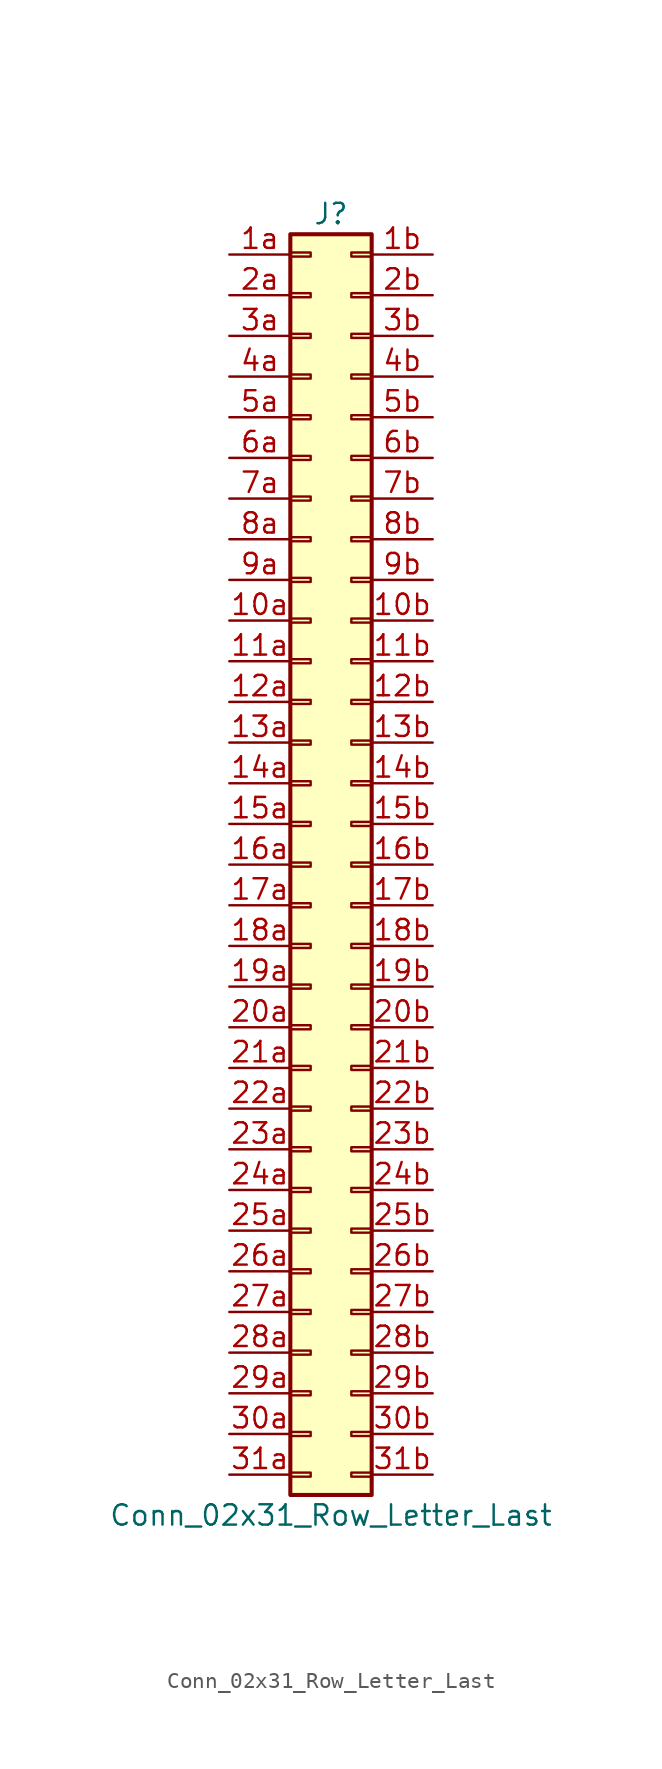
<source format=kicad_sym>
(kicad_symbol_lib
  (version 20211014)
  (generator kicad_symbol_editor)
  (symbol "Conn_02x31_Row_Letter_Last"
    (pin_names
      (offset 1.016) hide)
    (property "Reference" "J"
      (at 1.27 40.64 0)
      (effects (font (size 1.27 1.27))))
    (property "Value" "Conn_02x31_Row_Letter_Last"
      (at 1.27 -40.64 0)
      (effects (font (size 1.27 1.27))))
    (symbol "Conn_02x31_Row_Letter_Last_1_1"
      (rectangle (start -1.27 -37.973) (end 0 -38.227) (stroke (width 0.152) (type default) (color 0 0 0 0)) (fill (type none)))
      (rectangle (start -1.27 -35.433) (end 0 -35.687) (stroke (width 0.152) (type default) (color 0 0 0 0)) (fill (type none)))
      (rectangle (start -1.27 -32.893) (end 0 -33.147) (stroke (width 0.152) (type default) (color 0 0 0 0)) (fill (type none)))
      (rectangle (start -1.27 -30.353) (end 0 -30.607) (stroke (width 0.152) (type default) (color 0 0 0 0)) (fill (type none)))
      (rectangle (start -1.27 -27.813) (end 0 -28.067) (stroke (width 0.152) (type default) (color 0 0 0 0)) (fill (type none)))
      (rectangle (start -1.27 -25.273) (end 0 -25.527) (stroke (width 0.152) (type default) (color 0 0 0 0)) (fill (type none)))
      (rectangle (start -1.27 -22.733) (end 0 -22.987) (stroke (width 0.152) (type default) (color 0 0 0 0)) (fill (type none)))
      (rectangle (start -1.27 -20.193) (end 0 -20.447) (stroke (width 0.152) (type default) (color 0 0 0 0)) (fill (type none)))
      (rectangle (start -1.27 -17.653) (end 0 -17.907) (stroke (width 0.152) (type default) (color 0 0 0 0)) (fill (type none)))
      (rectangle (start -1.27 -15.113) (end 0 -15.367) (stroke (width 0.152) (type default) (color 0 0 0 0)) (fill (type none)))
      (rectangle (start -1.27 -12.573) (end 0 -12.827) (stroke (width 0.152) (type default) (color 0 0 0 0)) (fill (type none)))
      (rectangle (start -1.27 -10.033) (end 0 -10.287) (stroke (width 0.152) (type default) (color 0 0 0 0)) (fill (type none)))
      (rectangle (start -1.27 -7.493) (end 0 -7.747) (stroke (width 0.152) (type default) (color 0 0 0 0)) (fill (type none)))
      (rectangle (start -1.27 -4.953) (end 0 -5.207) (stroke (width 0.152) (type default) (color 0 0 0 0)) (fill (type none)))
      (rectangle (start -1.27 -2.413) (end 0 -2.667) (stroke (width 0.152) (type default) (color 0 0 0 0)) (fill (type none)))
      (rectangle (start -1.27 0.127) (end 0 -0.127) (stroke (width 0.152) (type default) (color 0 0 0 0)) (fill (type none)))
      (rectangle (start -1.27 2.667) (end 0 2.413) (stroke (width 0.152) (type default) (color 0 0 0 0)) (fill (type none)))
      (rectangle (start -1.27 5.207) (end 0 4.953) (stroke (width 0.152) (type default) (color 0 0 0 0)) (fill (type none)))
      (rectangle (start -1.27 7.747) (end 0 7.493) (stroke (width 0.152) (type default) (color 0 0 0 0)) (fill (type none)))
      (rectangle (start -1.27 10.287) (end 0 10.033) (stroke (width 0.152) (type default) (color 0 0 0 0)) (fill (type none)))
      (rectangle (start -1.27 12.827) (end 0 12.573) (stroke (width 0.152) (type default) (color 0 0 0 0)) (fill (type none)))
      (rectangle (start -1.27 15.367) (end 0 15.113) (stroke (width 0.152) (type default) (color 0 0 0 0)) (fill (type none)))
      (rectangle (start -1.27 17.907) (end 0 17.653) (stroke (width 0.152) (type default) (color 0 0 0 0)) (fill (type none)))
      (rectangle (start -1.27 20.447) (end 0 20.193) (stroke (width 0.152) (type default) (color 0 0 0 0)) (fill (type none)))
      (rectangle (start -1.27 22.987) (end 0 22.733) (stroke (width 0.152) (type default) (color 0 0 0 0)) (fill (type none)))
      (rectangle (start -1.27 25.527) (end 0 25.273) (stroke (width 0.152) (type default) (color 0 0 0 0)) (fill (type none)))
      (rectangle (start -1.27 28.067) (end 0 27.813) (stroke (width 0.152) (type default) (color 0 0 0 0)) (fill (type none)))
      (rectangle (start -1.27 30.607) (end 0 30.353) (stroke (width 0.152) (type default) (color 0 0 0 0)) (fill (type none)))
      (rectangle (start -1.27 33.147) (end 0 32.893) (stroke (width 0.152) (type default) (color 0 0 0 0)) (fill (type none)))
      (rectangle (start -1.27 35.687) (end 0 35.433) (stroke (width 0.152) (type default) (color 0 0 0 0)) (fill (type none)))
      (rectangle (start -1.27 38.227) (end 0 37.973) (stroke (width 0.152) (type default) (color 0 0 0 0)) (fill (type none)))
      (rectangle (start -1.27 39.37) (end 3.81 -39.37) (stroke (width 0.254) (type default) (color 0 0 0 0)) (fill (type background)))
      (rectangle (start 3.81 -37.973) (end 2.54 -38.227) (stroke (width 0.152) (type default) (color 0 0 0 0)) (fill (type none)))
      (rectangle (start 3.81 -35.433) (end 2.54 -35.687) (stroke (width 0.152) (type default) (color 0 0 0 0)) (fill (type none)))
      (rectangle (start 3.81 -32.893) (end 2.54 -33.147) (stroke (width 0.152) (type default) (color 0 0 0 0)) (fill (type none)))
      (rectangle (start 3.81 -30.353) (end 2.54 -30.607) (stroke (width 0.152) (type default) (color 0 0 0 0)) (fill (type none)))
      (rectangle (start 3.81 -27.813) (end 2.54 -28.067) (stroke (width 0.152) (type default) (color 0 0 0 0)) (fill (type none)))
      (rectangle (start 3.81 -25.273) (end 2.54 -25.527) (stroke (width 0.152) (type default) (color 0 0 0 0)) (fill (type none)))
      (rectangle (start 3.81 -22.733) (end 2.54 -22.987) (stroke (width 0.152) (type default) (color 0 0 0 0)) (fill (type none)))
      (rectangle (start 3.81 -20.193) (end 2.54 -20.447) (stroke (width 0.152) (type default) (color 0 0 0 0)) (fill (type none)))
      (rectangle (start 3.81 -17.653) (end 2.54 -17.907) (stroke (width 0.152) (type default) (color 0 0 0 0)) (fill (type none)))
      (rectangle (start 3.81 -15.113) (end 2.54 -15.367) (stroke (width 0.152) (type default) (color 0 0 0 0)) (fill (type none)))
      (rectangle (start 3.81 -12.573) (end 2.54 -12.827) (stroke (width 0.152) (type default) (color 0 0 0 0)) (fill (type none)))
      (rectangle (start 3.81 -10.033) (end 2.54 -10.287) (stroke (width 0.152) (type default) (color 0 0 0 0)) (fill (type none)))
      (rectangle (start 3.81 -7.493) (end 2.54 -7.747) (stroke (width 0.152) (type default) (color 0 0 0 0)) (fill (type none)))
      (rectangle (start 3.81 -4.953) (end 2.54 -5.207) (stroke (width 0.152) (type default) (color 0 0 0 0)) (fill (type none)))
      (rectangle (start 3.81 -2.413) (end 2.54 -2.667) (stroke (width 0.152) (type default) (color 0 0 0 0)) (fill (type none)))
      (rectangle (start 3.81 0.127) (end 2.54 -0.127) (stroke (width 0.152) (type default) (color 0 0 0 0)) (fill (type none)))
      (rectangle (start 3.81 2.667) (end 2.54 2.413) (stroke (width 0.152) (type default) (color 0 0 0 0)) (fill (type none)))
      (rectangle (start 3.81 5.207) (end 2.54 4.953) (stroke (width 0.152) (type default) (color 0 0 0 0)) (fill (type none)))
      (rectangle (start 3.81 7.747) (end 2.54 7.493) (stroke (width 0.152) (type default) (color 0 0 0 0)) (fill (type none)))
      (rectangle (start 3.81 10.287) (end 2.54 10.033) (stroke (width 0.152) (type default) (color 0 0 0 0)) (fill (type none)))
      (rectangle (start 3.81 12.827) (end 2.54 12.573) (stroke (width 0.152) (type default) (color 0 0 0 0)) (fill (type none)))
      (rectangle (start 3.81 15.367) (end 2.54 15.113) (stroke (width 0.152) (type default) (color 0 0 0 0)) (fill (type none)))
      (rectangle (start 3.81 17.907) (end 2.54 17.653) (stroke (width 0.152) (type default) (color 0 0 0 0)) (fill (type none)))
      (rectangle (start 3.81 20.447) (end 2.54 20.193) (stroke (width 0.152) (type default) (color 0 0 0 0)) (fill (type none)))
      (rectangle (start 3.81 22.987) (end 2.54 22.733) (stroke (width 0.152) (type default) (color 0 0 0 0)) (fill (type none)))
      (rectangle (start 3.81 25.527) (end 2.54 25.273) (stroke (width 0.152) (type default) (color 0 0 0 0)) (fill (type none)))
      (rectangle (start 3.81 28.067) (end 2.54 27.813) (stroke (width 0.152) (type default) (color 0 0 0 0)) (fill (type none)))
      (rectangle (start 3.81 30.607) (end 2.54 30.353) (stroke (width 0.152) (type default) (color 0 0 0 0)) (fill (type none)))
      (rectangle (start 3.81 33.147) (end 2.54 32.893) (stroke (width 0.152) (type default) (color 0 0 0 0)) (fill (type none)))
      (rectangle (start 3.81 35.687) (end 2.54 35.433) (stroke (width 0.152) (type default) (color 0 0 0 0)) (fill (type none)))
      (rectangle (start 3.81 38.227) (end 2.54 37.973) (stroke (width 0.152) (type default) (color 0 0 0 0)) (fill (type none)))
      (pin passive line (at -5.08 15.24 0) (length 3.81) (name "Pin_10a" (effects (font (size 1.27 1.27)))) (number "10a" (effects (font (size 1.27 1.27)))))
      (pin passive line (at 7.62 15.24 180) (length 3.81) (name "Pin_10b" (effects (font (size 1.27 1.27)))) (number "10b" (effects (font (size 1.27 1.27)))))
      (pin passive line (at -5.08 12.7 0) (length 3.81) (name "Pin_11a" (effects (font (size 1.27 1.27)))) (number "11a" (effects (font (size 1.27 1.27)))))
      (pin passive line (at 7.62 12.7 180) (length 3.81) (name "Pin_11b" (effects (font (size 1.27 1.27)))) (number "11b" (effects (font (size 1.27 1.27)))))
      (pin passive line (at -5.08 10.16 0) (length 3.81) (name "Pin_12a" (effects (font (size 1.27 1.27)))) (number "12a" (effects (font (size 1.27 1.27)))))
      (pin passive line (at 7.62 10.16 180) (length 3.81) (name "Pin_12b" (effects (font (size 1.27 1.27)))) (number "12b" (effects (font (size 1.27 1.27)))))
      (pin passive line (at -5.08 7.62 0) (length 3.81) (name "Pin_13a" (effects (font (size 1.27 1.27)))) (number "13a" (effects (font (size 1.27 1.27)))))
      (pin passive line (at 7.62 7.62 180) (length 3.81) (name "Pin_13b" (effects (font (size 1.27 1.27)))) (number "13b" (effects (font (size 1.27 1.27)))))
      (pin passive line (at -5.08 5.08 0) (length 3.81) (name "Pin_14a" (effects (font (size 1.27 1.27)))) (number "14a" (effects (font (size 1.27 1.27)))))
      (pin passive line (at 7.62 5.08 180) (length 3.81) (name "Pin_14b" (effects (font (size 1.27 1.27)))) (number "14b" (effects (font (size 1.27 1.27)))))
      (pin passive line (at -5.08 2.54 0) (length 3.81) (name "Pin_15a" (effects (font (size 1.27 1.27)))) (number "15a" (effects (font (size 1.27 1.27)))))
      (pin passive line (at 7.62 2.54 180) (length 3.81) (name "Pin_15b" (effects (font (size 1.27 1.27)))) (number "15b" (effects (font (size 1.27 1.27)))))
      (pin passive line (at -5.08 0 0) (length 3.81) (name "Pin_16a" (effects (font (size 1.27 1.27)))) (number "16a" (effects (font (size 1.27 1.27)))))
      (pin passive line (at 7.62 0 180) (length 3.81) (name "Pin_16b" (effects (font (size 1.27 1.27)))) (number "16b" (effects (font (size 1.27 1.27)))))
      (pin passive line (at -5.08 -2.54 0) (length 3.81) (name "Pin_17a" (effects (font (size 1.27 1.27)))) (number "17a" (effects (font (size 1.27 1.27)))))
      (pin passive line (at 7.62 -2.54 180) (length 3.81) (name "Pin_17b" (effects (font (size 1.27 1.27)))) (number "17b" (effects (font (size 1.27 1.27)))))
      (pin passive line (at -5.08 -5.08 0) (length 3.81) (name "Pin_18a" (effects (font (size 1.27 1.27)))) (number "18a" (effects (font (size 1.27 1.27)))))
      (pin passive line (at 7.62 -5.08 180) (length 3.81) (name "Pin_18b" (effects (font (size 1.27 1.27)))) (number "18b" (effects (font (size 1.27 1.27)))))
      (pin passive line (at -5.08 -7.62 0) (length 3.81) (name "Pin_19a" (effects (font (size 1.27 1.27)))) (number "19a" (effects (font (size 1.27 1.27)))))
      (pin passive line (at 7.62 -7.62 180) (length 3.81) (name "Pin_19b" (effects (font (size 1.27 1.27)))) (number "19b" (effects (font (size 1.27 1.27)))))
      (pin passive line (at -5.08 38.1 0) (length 3.81) (name "Pin_1a" (effects (font (size 1.27 1.27)))) (number "1a" (effects (font (size 1.27 1.27)))))
      (pin passive line (at 7.62 38.1 180) (length 3.81) (name "Pin_1b" (effects (font (size 1.27 1.27)))) (number "1b" (effects (font (size 1.27 1.27)))))
      (pin passive line (at -5.08 -10.16 0) (length 3.81) (name "Pin_20a" (effects (font (size 1.27 1.27)))) (number "20a" (effects (font (size 1.27 1.27)))))
      (pin passive line (at 7.62 -10.16 180) (length 3.81) (name "Pin_20b" (effects (font (size 1.27 1.27)))) (number "20b" (effects (font (size 1.27 1.27)))))
      (pin passive line (at -5.08 -12.7 0) (length 3.81) (name "Pin_21a" (effects (font (size 1.27 1.27)))) (number "21a" (effects (font (size 1.27 1.27)))))
      (pin passive line (at 7.62 -12.7 180) (length 3.81) (name "Pin_21b" (effects (font (size 1.27 1.27)))) (number "21b" (effects (font (size 1.27 1.27)))))
      (pin passive line (at -5.08 -15.24 0) (length 3.81) (name "Pin_22a" (effects (font (size 1.27 1.27)))) (number "22a" (effects (font (size 1.27 1.27)))))
      (pin passive line (at 7.62 -15.24 180) (length 3.81) (name "Pin_22b" (effects (font (size 1.27 1.27)))) (number "22b" (effects (font (size 1.27 1.27)))))
      (pin passive line (at -5.08 -17.78 0) (length 3.81) (name "Pin_23a" (effects (font (size 1.27 1.27)))) (number "23a" (effects (font (size 1.27 1.27)))))
      (pin passive line (at 7.62 -17.78 180) (length 3.81) (name "Pin_23b" (effects (font (size 1.27 1.27)))) (number "23b" (effects (font (size 1.27 1.27)))))
      (pin passive line (at -5.08 -20.32 0) (length 3.81) (name "Pin_24a" (effects (font (size 1.27 1.27)))) (number "24a" (effects (font (size 1.27 1.27)))))
      (pin passive line (at 7.62 -20.32 180) (length 3.81) (name "Pin_24b" (effects (font (size 1.27 1.27)))) (number "24b" (effects (font (size 1.27 1.27)))))
      (pin passive line (at -5.08 -22.86 0) (length 3.81) (name "Pin_25a" (effects (font (size 1.27 1.27)))) (number "25a" (effects (font (size 1.27 1.27)))))
      (pin passive line (at 7.62 -22.86 180) (length 3.81) (name "Pin_25b" (effects (font (size 1.27 1.27)))) (number "25b" (effects (font (size 1.27 1.27)))))
      (pin passive line (at -5.08 -25.4 0) (length 3.81) (name "Pin_26a" (effects (font (size 1.27 1.27)))) (number "26a" (effects (font (size 1.27 1.27)))))
      (pin passive line (at 7.62 -25.4 180) (length 3.81) (name "Pin_26b" (effects (font (size 1.27 1.27)))) (number "26b" (effects (font (size 1.27 1.27)))))
      (pin passive line (at -5.08 -27.94 0) (length 3.81) (name "Pin_27a" (effects (font (size 1.27 1.27)))) (number "27a" (effects (font (size 1.27 1.27)))))
      (pin passive line (at 7.62 -27.94 180) (length 3.81) (name "Pin_27b" (effects (font (size 1.27 1.27)))) (number "27b" (effects (font (size 1.27 1.27)))))
      (pin passive line (at -5.08 -30.48 0) (length 3.81) (name "Pin_28a" (effects (font (size 1.27 1.27)))) (number "28a" (effects (font (size 1.27 1.27)))))
      (pin passive line (at 7.62 -30.48 180) (length 3.81) (name "Pin_28b" (effects (font (size 1.27 1.27)))) (number "28b" (effects (font (size 1.27 1.27)))))
      (pin passive line (at -5.08 -33.02 0) (length 3.81) (name "Pin_29a" (effects (font (size 1.27 1.27)))) (number "29a" (effects (font (size 1.27 1.27)))))
      (pin passive line (at 7.62 -33.02 180) (length 3.81) (name "Pin_29b" (effects (font (size 1.27 1.27)))) (number "29b" (effects (font (size 1.27 1.27)))))
      (pin passive line (at -5.08 35.56 0) (length 3.81) (name "Pin_2a" (effects (font (size 1.27 1.27)))) (number "2a" (effects (font (size 1.27 1.27)))))
      (pin passive line (at 7.62 35.56 180) (length 3.81) (name "Pin_2b" (effects (font (size 1.27 1.27)))) (number "2b" (effects (font (size 1.27 1.27)))))
      (pin passive line (at -5.08 -35.56 0) (length 3.81) (name "Pin_30a" (effects (font (size 1.27 1.27)))) (number "30a" (effects (font (size 1.27 1.27)))))
      (pin passive line (at 7.62 -35.56 180) (length 3.81) (name "Pin_30b" (effects (font (size 1.27 1.27)))) (number "30b" (effects (font (size 1.27 1.27)))))
      (pin passive line (at -5.08 -38.1 0) (length 3.81) (name "Pin_31a" (effects (font (size 1.27 1.27)))) (number "31a" (effects (font (size 1.27 1.27)))))
      (pin passive line (at 7.62 -38.1 180) (length 3.81) (name "Pin_31b" (effects (font (size 1.27 1.27)))) (number "31b" (effects (font (size 1.27 1.27)))))
      (pin passive line (at -5.08 33.02 0) (length 3.81) (name "Pin_3a" (effects (font (size 1.27 1.27)))) (number "3a" (effects (font (size 1.27 1.27)))))
      (pin passive line (at 7.62 33.02 180) (length 3.81) (name "Pin_3b" (effects (font (size 1.27 1.27)))) (number "3b" (effects (font (size 1.27 1.27)))))
      (pin passive line (at -5.08 30.48 0) (length 3.81) (name "Pin_4a" (effects (font (size 1.27 1.27)))) (number "4a" (effects (font (size 1.27 1.27)))))
      (pin passive line (at 7.62 30.48 180) (length 3.81) (name "Pin_4b" (effects (font (size 1.27 1.27)))) (number "4b" (effects (font (size 1.27 1.27)))))
      (pin passive line (at -5.08 27.94 0) (length 3.81) (name "Pin_5a" (effects (font (size 1.27 1.27)))) (number "5a" (effects (font (size 1.27 1.27)))))
      (pin passive line (at 7.62 27.94 180) (length 3.81) (name "Pin_5b" (effects (font (size 1.27 1.27)))) (number "5b" (effects (font (size 1.27 1.27)))))
      (pin passive line (at -5.08 25.4 0) (length 3.81) (name "Pin_6a" (effects (font (size 1.27 1.27)))) (number "6a" (effects (font (size 1.27 1.27)))))
      (pin passive line (at 7.62 25.4 180) (length 3.81) (name "Pin_6b" (effects (font (size 1.27 1.27)))) (number "6b" (effects (font (size 1.27 1.27)))))
      (pin passive line (at -5.08 22.86 0) (length 3.81) (name "Pin_7a" (effects (font (size 1.27 1.27)))) (number "7a" (effects (font (size 1.27 1.27)))))
      (pin passive line (at 7.62 22.86 180) (length 3.81) (name "Pin_7b" (effects (font (size 1.27 1.27)))) (number "7b" (effects (font (size 1.27 1.27)))))
      (pin passive line (at -5.08 20.32 0) (length 3.81) (name "Pin_8a" (effects (font (size 1.27 1.27)))) (number "8a" (effects (font (size 1.27 1.27)))))
      (pin passive line (at 7.62 20.32 180) (length 3.81) (name "Pin_8b" (effects (font (size 1.27 1.27)))) (number "8b" (effects (font (size 1.27 1.27)))))
      (pin passive line (at -5.08 17.78 0) (length 3.81) (name "Pin_9a" (effects (font (size 1.27 1.27)))) (number "9a" (effects (font (size 1.27 1.27)))))
      (pin passive line (at 7.62 17.78 180) (length 3.81) (name "Pin_9b" (effects (font (size 1.27 1.27)))) (number "9b" (effects (font (size 1.27 1.27))))))))
</source>
